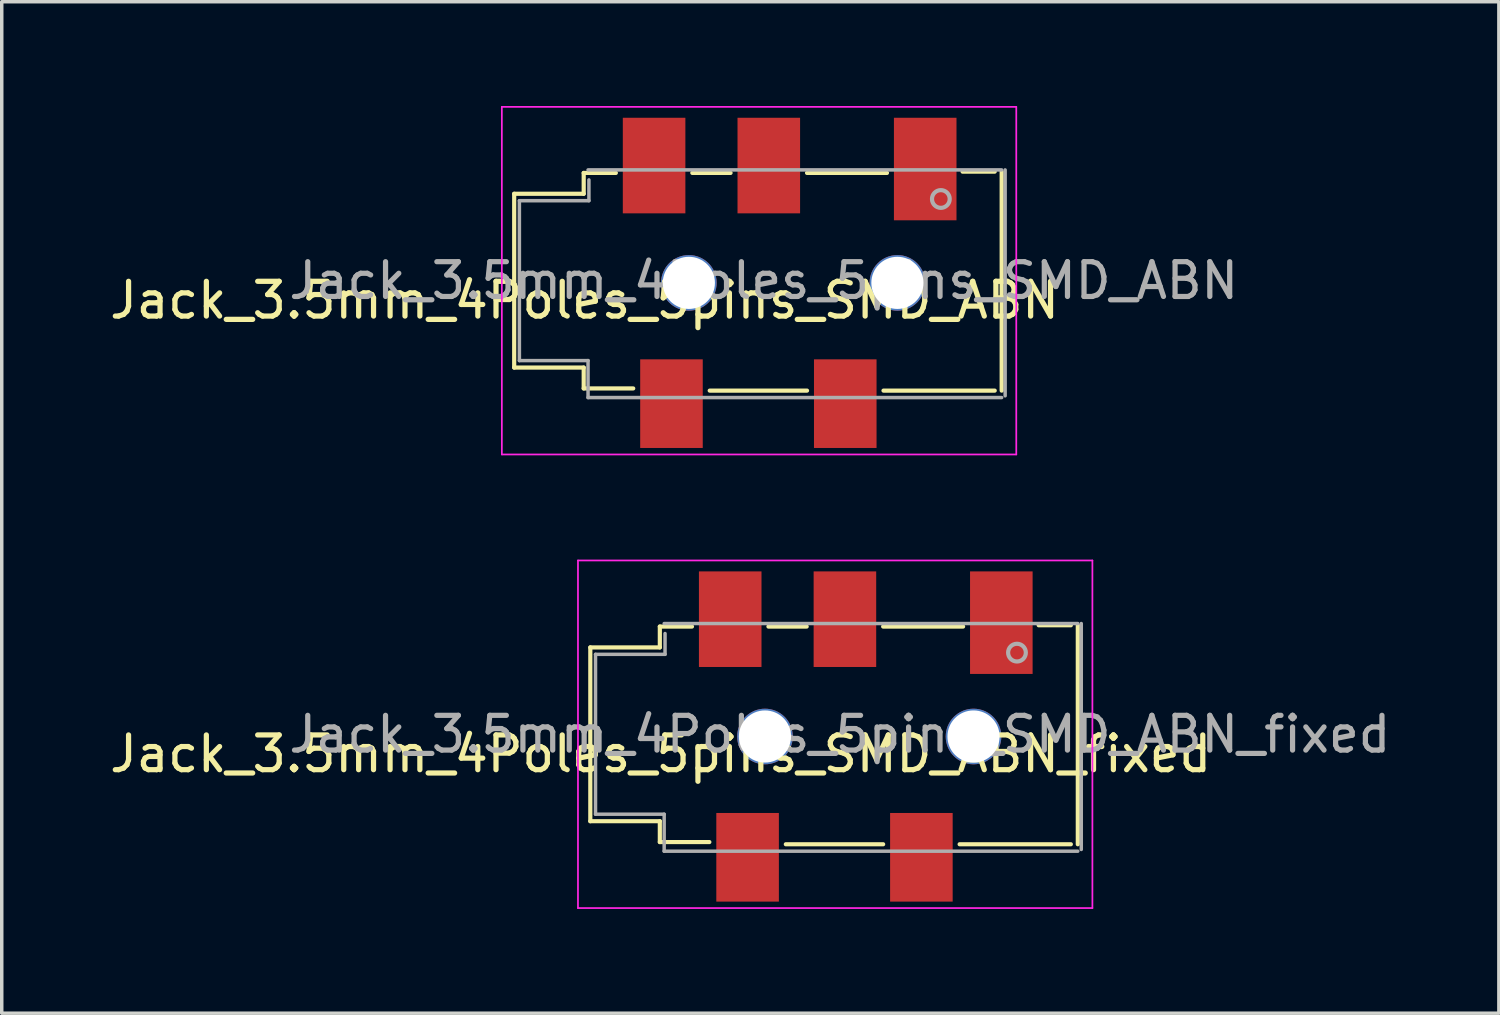
<source format=kicad_pcb>
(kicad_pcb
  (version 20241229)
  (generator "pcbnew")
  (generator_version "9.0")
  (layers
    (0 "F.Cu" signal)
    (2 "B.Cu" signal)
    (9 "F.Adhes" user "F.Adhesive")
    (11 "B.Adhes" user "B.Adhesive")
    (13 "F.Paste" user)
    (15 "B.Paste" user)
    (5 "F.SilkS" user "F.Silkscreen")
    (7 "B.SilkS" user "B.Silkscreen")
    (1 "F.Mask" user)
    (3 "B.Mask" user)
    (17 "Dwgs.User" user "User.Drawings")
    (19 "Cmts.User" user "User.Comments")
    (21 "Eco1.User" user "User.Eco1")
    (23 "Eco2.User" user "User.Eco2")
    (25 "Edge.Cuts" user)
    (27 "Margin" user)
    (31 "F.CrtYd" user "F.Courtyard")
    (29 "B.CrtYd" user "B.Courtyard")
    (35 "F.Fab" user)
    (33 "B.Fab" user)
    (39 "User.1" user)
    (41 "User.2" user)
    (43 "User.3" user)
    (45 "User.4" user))
  (footprint "Jack_3.5mm_4Poles_5pins_SMD_ABN"
    (layer "F.Cu")
    (at 13.768 5.088)
    (property "Reference" "Jack_3.5mm_4Poles_5pins_SMD_ABN" (at 0 0.5 180) (layer "F.SilkS") (effects (font (size 1 1) (thickness 0.15))))
    (attr through_hole)
    (fp_line (start -2.025 -2.563) (end -2.025 2.437) (stroke (width 0.12) (type solid)) (layer "F.SilkS"))
    (fp_line (start -0.025 -3.163) (end -0.025 -2.563) (stroke (width 0.12) (type solid)) (layer "F.SilkS"))
    (fp_line (start -0.025 -3.163) (end 0.9 -3.163) (stroke (width 0.12) (type solid)) (layer "F.SilkS"))
    (fp_line (start -0.025 -2.563) (end -2.025 -2.563) (stroke (width 0.12) (type solid)) (layer "F.SilkS"))
    (fp_line (start -0.025 2.437) (end -2.025 2.437) (stroke (width 0.12) (type solid)) (layer "F.SilkS"))
    (fp_line (start -0.025 2.437) (end -0.025 3.037) (stroke (width 0.12) (type solid)) (layer "F.SilkS"))
    (fp_line (start 1.4 3.037) (end -0.025 3.037) (stroke (width 0.12) (type solid)) (layer "F.SilkS"))
    (fp_line (start 3.1 -3.163) (end 4.2 -3.163) (stroke (width 0.12) (type solid)) (layer "F.SilkS"))
    (fp_line (start 3.6 3.1) (end 6.4 3.1) (stroke (width 0.12) (type solid)) (layer "F.SilkS"))
    (fp_line (start 6.4 -3.163) (end 8.7 -3.163) (stroke (width 0.12) (type solid)) (layer "F.SilkS"))
    (fp_line (start 8.6 3.1) (end 11.8 3.1) (stroke (width 0.12) (type solid)) (layer "F.SilkS"))
    (fp_line (start 10.875 -3.2) (end 11.8 -3.2) (stroke (width 0.12) (type solid)) (layer "F.SilkS"))
    (fp_line (start 12 3.1) (end 12 -3.2) (stroke (width 0.12) (type solid)) (layer "F.SilkS"))
    (fp_line (start -2.38 -5.064) (end 12.42 -5.064) (stroke (width 0.05) (type solid)) (layer "F.CrtYd"))
    (fp_line (start -2.38 4.936) (end -2.38 -5.064) (stroke (width 0.05) (type solid)) (layer "F.CrtYd"))
    (fp_line (start -2.38 4.936) (end 12.42 4.936) (stroke (width 0.05) (type solid)) (layer "F.CrtYd"))
    (fp_line (start 12.42 4.936) (end 12.42 -5.064) (stroke (width 0.05) (type solid)) (layer "F.CrtYd"))
    (fp_line (start -1.875 -2.364) (end 0.125 -2.364) (stroke (width 0.1) (type solid)) (layer "F.Fab"))
    (fp_line (start -1.875 2.236) (end -1.875 -2.364) (stroke (width 0.1) (type solid)) (layer "F.Fab"))
    (fp_line (start 0.1 -3.25) (end 12 -3.25) (stroke (width 0.1) (type solid)) (layer "F.Fab"))
    (fp_line (start 0.1 2.236) (end -1.875 2.236) (stroke (width 0.1) (type solid)) (layer "F.Fab"))
    (fp_line (start 0.1 3.3) (end 0.1 2.236) (stroke (width 0.1) (type solid)) (layer "F.Fab"))
    (fp_line (start 0.125 -2.364) (end 0.125 -2.963) (stroke (width 0.1) (type solid)) (layer "F.Fab"))
    (fp_line (start 12 3.3) (end 0.1 3.3) (stroke (width 0.1) (type solid)) (layer "F.Fab"))
    (fp_line (start 12.1 -3.25) (end 12.1 3.25) (stroke (width 0.1) (type solid)) (layer "F.Fab"))
    (fp_circle (center 10.25 -2.413) (end 10.3 -2.163) (stroke (width 0.12) (type solid)) (fill no) (layer "F.Fab"))
    (fp_text user "${REFERENCE}" (at 5.155 -0.064 180) (layer "F.Fab") (effects (font (size 1 1) (thickness 0.15))))
    (pad "" np_thru_hole circle (at 3 0) (size 1.6 1.6) (drill 1.5) (layers "*.Cu" "*.Mask"))
    (pad "" np_thru_hole circle (at 9 0) (size 1.6 1.6) (drill 1.5) (layers "*.Cu" "*.Mask"))
    (pad "1" smd rect (at 2.5 3.475) (size 1.8 2.55) (layers "F.Cu" "F.Mask" "F.Paste"))
    (pad "2" smd rect (at 9.8 -3.275) (size 1.8 2.95) (layers "F.Cu" "F.Mask" "F.Paste"))
    (pad "3" smd rect (at 2 -3.375) (size 1.8 2.75) (layers "F.Cu" "F.Mask" "F.Paste"))
    (pad "4" smd rect (at 5.3 -3.375) (size 1.8 2.75) (layers "F.Cu" "F.Mask" "F.Paste"))
    (pad "5" smd rect (at 7.5 3.475) (size 1.8 2.55) (layers "F.Cu" "F.Mask" "F.Paste")))
  (footprint "Jack_3.5mm_4Poles_5pins_SMD_ABN_fixed"
    (layer "F.Cu")
    (at 15.958 18.139)
    (property "Reference" "Jack_3.5mm_4Poles_5pins_SMD_ABN_fixed" (at 0 0.5 180) (layer "F.SilkS") (effects (font (size 1 1) (thickness 0.15))))
    (attr through_hole)
    (fp_line (start -2.025 -2.563) (end -2.025 2.437) (stroke (width 0.12) (type solid)) (layer "F.SilkS"))
    (fp_line (start -0.025 -3.163) (end -0.025 -2.563) (stroke (width 0.12) (type solid)) (layer "F.SilkS"))
    (fp_line (start -0.025 -3.163) (end 0.9 -3.163) (stroke (width 0.12) (type solid)) (layer "F.SilkS"))
    (fp_line (start -0.025 -2.563) (end -2.025 -2.563) (stroke (width 0.12) (type solid)) (layer "F.SilkS"))
    (fp_line (start -0.025 2.437) (end -2.025 2.437) (stroke (width 0.12) (type solid)) (layer "F.SilkS"))
    (fp_line (start -0.025 2.437) (end -0.025 3.037) (stroke (width 0.12) (type solid)) (layer "F.SilkS"))
    (fp_line (start 1.4 3.037) (end -0.025 3.037) (stroke (width 0.12) (type solid)) (layer "F.SilkS"))
    (fp_line (start 3.1 -3.163) (end 4.2 -3.163) (stroke (width 0.12) (type solid)) (layer "F.SilkS"))
    (fp_line (start 3.6 3.1) (end 6.4 3.1) (stroke (width 0.12) (type solid)) (layer "F.SilkS"))
    (fp_line (start 6.4 -3.163) (end 8.7 -3.163) (stroke (width 0.12) (type solid)) (layer "F.SilkS"))
    (fp_line (start 8.6 3.1) (end 11.8 3.1) (stroke (width 0.12) (type solid)) (layer "F.SilkS"))
    (fp_line (start 10.875 -3.2) (end 11.8 -3.2) (stroke (width 0.12) (type solid)) (layer "F.SilkS"))
    (fp_line (start 12 3.1) (end 12 -3.2) (stroke (width 0.12) (type solid)) (layer "F.SilkS"))
    (fp_line (start -2.38 -5.064) (end 12.42 -5.064) (stroke (width 0.05) (type solid)) (layer "F.CrtYd"))
    (fp_line (start -2.38 4.936) (end -2.38 -5.064) (stroke (width 0.05) (type solid)) (layer "F.CrtYd"))
    (fp_line (start -2.38 4.936) (end 12.42 4.936) (stroke (width 0.05) (type solid)) (layer "F.CrtYd"))
    (fp_line (start 12.42 4.936) (end 12.42 -5.064) (stroke (width 0.05) (type solid)) (layer "F.CrtYd"))
    (fp_line (start -1.875 -2.364) (end 0.125 -2.364) (stroke (width 0.1) (type solid)) (layer "F.Fab"))
    (fp_line (start -1.875 2.236) (end -1.875 -2.364) (stroke (width 0.1) (type solid)) (layer "F.Fab"))
    (fp_line (start 0.1 -3.25) (end 12 -3.25) (stroke (width 0.1) (type solid)) (layer "F.Fab"))
    (fp_line (start 0.1 2.236) (end -1.875 2.236) (stroke (width 0.1) (type solid)) (layer "F.Fab"))
    (fp_line (start 0.1 3.3) (end 0.1 2.236) (stroke (width 0.1) (type solid)) (layer "F.Fab"))
    (fp_line (start 0.125 -2.364) (end 0.125 -2.963) (stroke (width 0.1) (type solid)) (layer "F.Fab"))
    (fp_line (start 12 3.3) (end 0.1 3.3) (stroke (width 0.1) (type solid)) (layer "F.Fab"))
    (fp_line (start 12.1 -3.25) (end 12.1 3.25) (stroke (width 0.1) (type solid)) (layer "F.Fab"))
    (fp_circle (center 10.25 -2.413) (end 10.3 -2.163) (stroke (width 0.12) (type solid)) (fill no) (layer "F.Fab"))
    (fp_text user "${REFERENCE}" (at 5.155 -0.064 180) (layer "F.Fab") (effects (font (size 1 1) (thickness 0.15))))
    (pad "" np_thru_hole circle (at 3 0) (size 1.6 1.6) (drill 1.5) (layers "*.Cu" "*.Mask"))
    (pad "" np_thru_hole circle (at 9 0) (size 1.6 1.6) (drill 1.5) (layers "*.Cu" "*.Mask"))
    (pad "1" smd rect (at 2.5 3.475) (size 1.8 2.55) (layers "F.Cu" "F.Mask" "F.Paste"))
    (pad "2" smd rect (at 7.5 3.475) (size 1.8 2.55) (layers "F.Cu" "F.Mask" "F.Paste"))
    (pad "3" smd rect (at 5.3 -3.375) (size 1.8 2.75) (layers "F.Cu" "F.Mask" "F.Paste"))
    (pad "4" smd rect (at 9.8 -3.275) (size 1.8 2.95) (layers "F.Cu" "F.Mask" "F.Paste"))
    (pad "5" smd rect (at 2 -3.375) (size 1.8 2.75) (layers "F.Cu" "F.Mask" "F.Paste")))
  (gr_rect
    (start -3 -3)
    (end 40.072 26.1)
    (stroke (width 0.1) (type default))
    (fill no)
    (layer "Edge.Cuts")))
</source>
